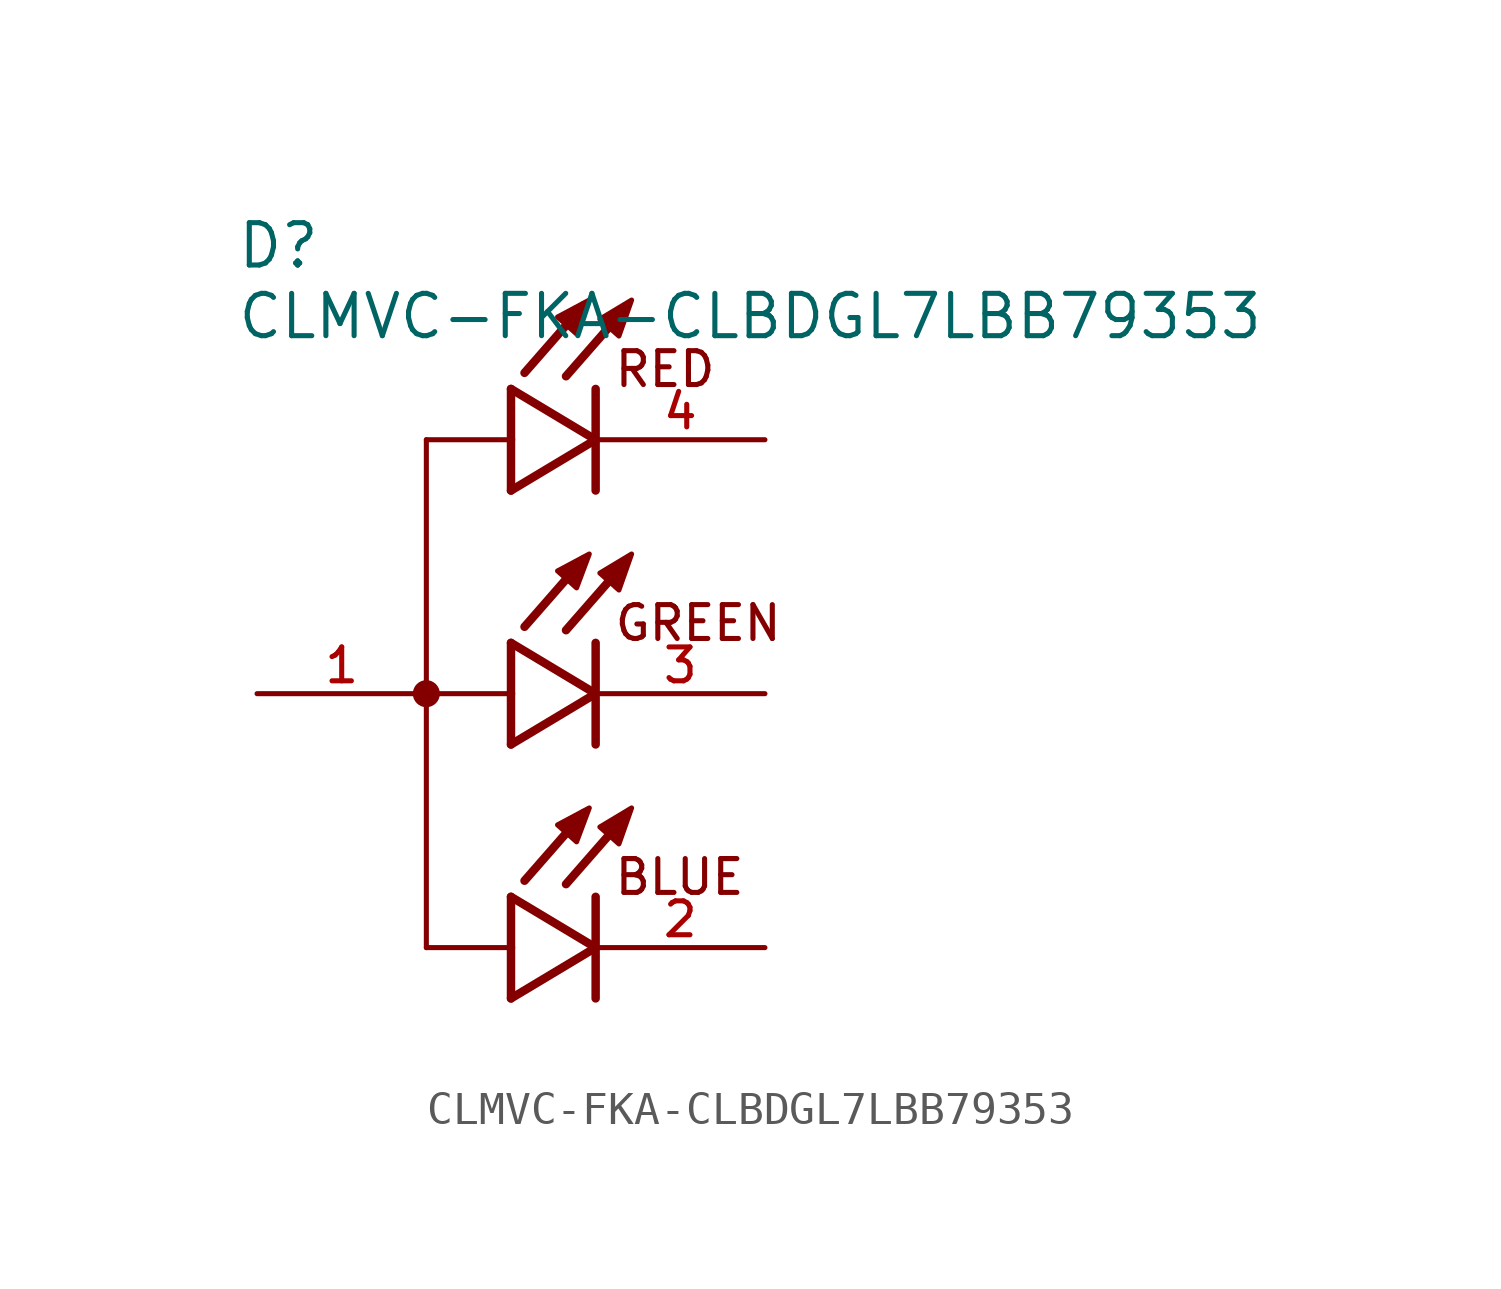
<source format=kicad_sym>
(kicad_symbol_lib
  (version 20211014)
  (generator kicad_symbol_editor)
  (symbol "CLMVC-FKA-CLBDGL7LBB79353"
    (pin_names
      (offset 1.016))
    (property "Reference" "D"
      (at -8.255 12.7 0)
      (effects (font (size 1.27 1.27)) (justify bottom left)))
    (property "Value" "CLMVC-FKA-CLBDGL7LBB79353"
      (at -8.255 12.065 0)
      (effects (font (size 1.27 1.27)) (justify top left)))
    (symbol "CLMVC-FKA-CLBDGL7LBB79353_0_0"
      (polyline (pts (xy -2.54 7.62) (xy -2.54 -7.62)) (stroke (width 0.152)))
      (circle (center -2.54 0.0) (radius 0.203) (stroke (width 0.406)) (fill (type none)))
      (text "RED" (at 3.048 9.144 0) (effects (font (size 1.016 1.016)) (justify bottom left)))
      (text "GREEN" (at 3.048 1.524 0) (effects (font (size 1.016 1.016)) (justify bottom left)))
      (text "BLUE" (at 3.048 -6.096 0) (effects (font (size 1.016 1.016)) (justify bottom left)))
      (polyline (pts (xy 0.0 9.144) (xy 0.0 7.62)) (stroke (width 0.254)))
      (polyline (pts (xy 0.0 7.62) (xy 0.0 6.096)) (stroke (width 0.254)))
      (polyline (pts (xy 0.0 6.096) (xy 2.54 7.62)) (stroke (width 0.254)))
      (polyline (pts (xy 2.54 7.62) (xy 0.0 9.144)) (stroke (width 0.254)))
      (polyline (pts (xy 2.54 9.144) (xy 2.54 7.62)) (stroke (width 0.254)))
      (polyline (pts (xy 2.54 7.62) (xy 2.54 6.096)) (stroke (width 0.254)))
      (polyline (pts (xy 0.0 7.62) (xy -2.54 7.62)) (stroke (width 0.152)))
      (polyline (pts (xy 3.429 11.557) (xy 1.651 9.525)) (stroke (width 0.254)))
      (polyline (pts (xy 2.184 11.659) (xy 0.406 9.627)) (stroke (width 0.254)))
      (polyline (pts (xy 1.397 11.303) (xy 1.968 10.795) (xy 2.349 11.811) (xy 1.397 11.303)) (stroke (width 0.152)) (fill (type outline)))
      (polyline (pts (xy 2.667 11.239) (xy 3.239 10.732) (xy 3.619 11.811) (xy 2.667 11.239)) (stroke (width 0.152)) (fill (type outline)))
      (polyline (pts (xy 0.0 1.524) (xy 0.0 0.0)) (stroke (width 0.254)))
      (polyline (pts (xy 0.0 0.0) (xy 0.0 -1.524)) (stroke (width 0.254)))
      (polyline (pts (xy 0.0 -1.524) (xy 2.54 0.0)) (stroke (width 0.254)))
      (polyline (pts (xy 2.54 0.0) (xy 0.0 1.524)) (stroke (width 0.254)))
      (polyline (pts (xy 2.54 1.524) (xy 2.54 0.0)) (stroke (width 0.254)))
      (polyline (pts (xy 2.54 0.0) (xy 2.54 -1.524)) (stroke (width 0.254)))
      (polyline (pts (xy 0.0 0.0) (xy -2.54 0.0)) (stroke (width 0.152)))
      (polyline (pts (xy 3.429 3.937) (xy 1.651 1.905)) (stroke (width 0.254)))
      (polyline (pts (xy 2.184 4.039) (xy 0.406 2.007)) (stroke (width 0.254)))
      (polyline (pts (xy 1.397 3.683) (xy 1.968 3.175) (xy 2.349 4.191) (xy 1.397 3.683)) (stroke (width 0.152)) (fill (type outline)))
      (polyline (pts (xy 2.667 3.619) (xy 3.239 3.111) (xy 3.619 4.191) (xy 2.667 3.619)) (stroke (width 0.152)) (fill (type outline)))
      (polyline (pts (xy 0.0 -6.096) (xy 0.0 -7.62)) (stroke (width 0.254)))
      (polyline (pts (xy 0.0 -7.62) (xy 0.0 -9.144)) (stroke (width 0.254)))
      (polyline (pts (xy 0.0 -9.144) (xy 2.54 -7.62)) (stroke (width 0.254)))
      (polyline (pts (xy 2.54 -7.62) (xy 0.0 -6.096)) (stroke (width 0.254)))
      (polyline (pts (xy 2.54 -6.096) (xy 2.54 -7.62)) (stroke (width 0.254)))
      (polyline (pts (xy 2.54 -7.62) (xy 2.54 -9.144)) (stroke (width 0.254)))
      (polyline (pts (xy 0.0 -7.62) (xy -2.54 -7.62)) (stroke (width 0.152)))
      (polyline (pts (xy 3.429 -3.683) (xy 1.651 -5.715)) (stroke (width 0.254)))
      (polyline (pts (xy 2.184 -3.581) (xy 0.406 -5.613)) (stroke (width 0.254)))
      (polyline (pts (xy 1.397 -3.937) (xy 1.968 -4.445) (xy 2.349 -3.429) (xy 1.397 -3.937)) (stroke (width 0.152)) (fill (type outline)))
      (polyline (pts (xy 2.667 -4) (xy 3.239 -4.508) (xy 3.619 -3.429) (xy 2.667 -4)) (stroke (width 0.152)) (fill (type outline)))
      (pin passive line (at 7.62 7.62 180.0) (length 5.08) (name "~" (effects (font (size 1.016 1.016)))) (number "4" (effects (font (size 1.016 1.016)))))
      (pin passive line (at -7.62 0.0 0) (length 5.08) (name "~" (effects (font (size 1.016 1.016)))) (number "1" (effects (font (size 1.016 1.016)))))
      (pin passive line (at 7.62 0.0 180.0) (length 5.08) (name "~" (effects (font (size 1.016 1.016)))) (number "3" (effects (font (size 1.016 1.016)))))
      (pin passive line (at 7.62 -7.62 180.0) (length 5.08) (name "~" (effects (font (size 1.016 1.016)))) (number "2" (effects (font (size 1.016 1.016))))))))
</source>
